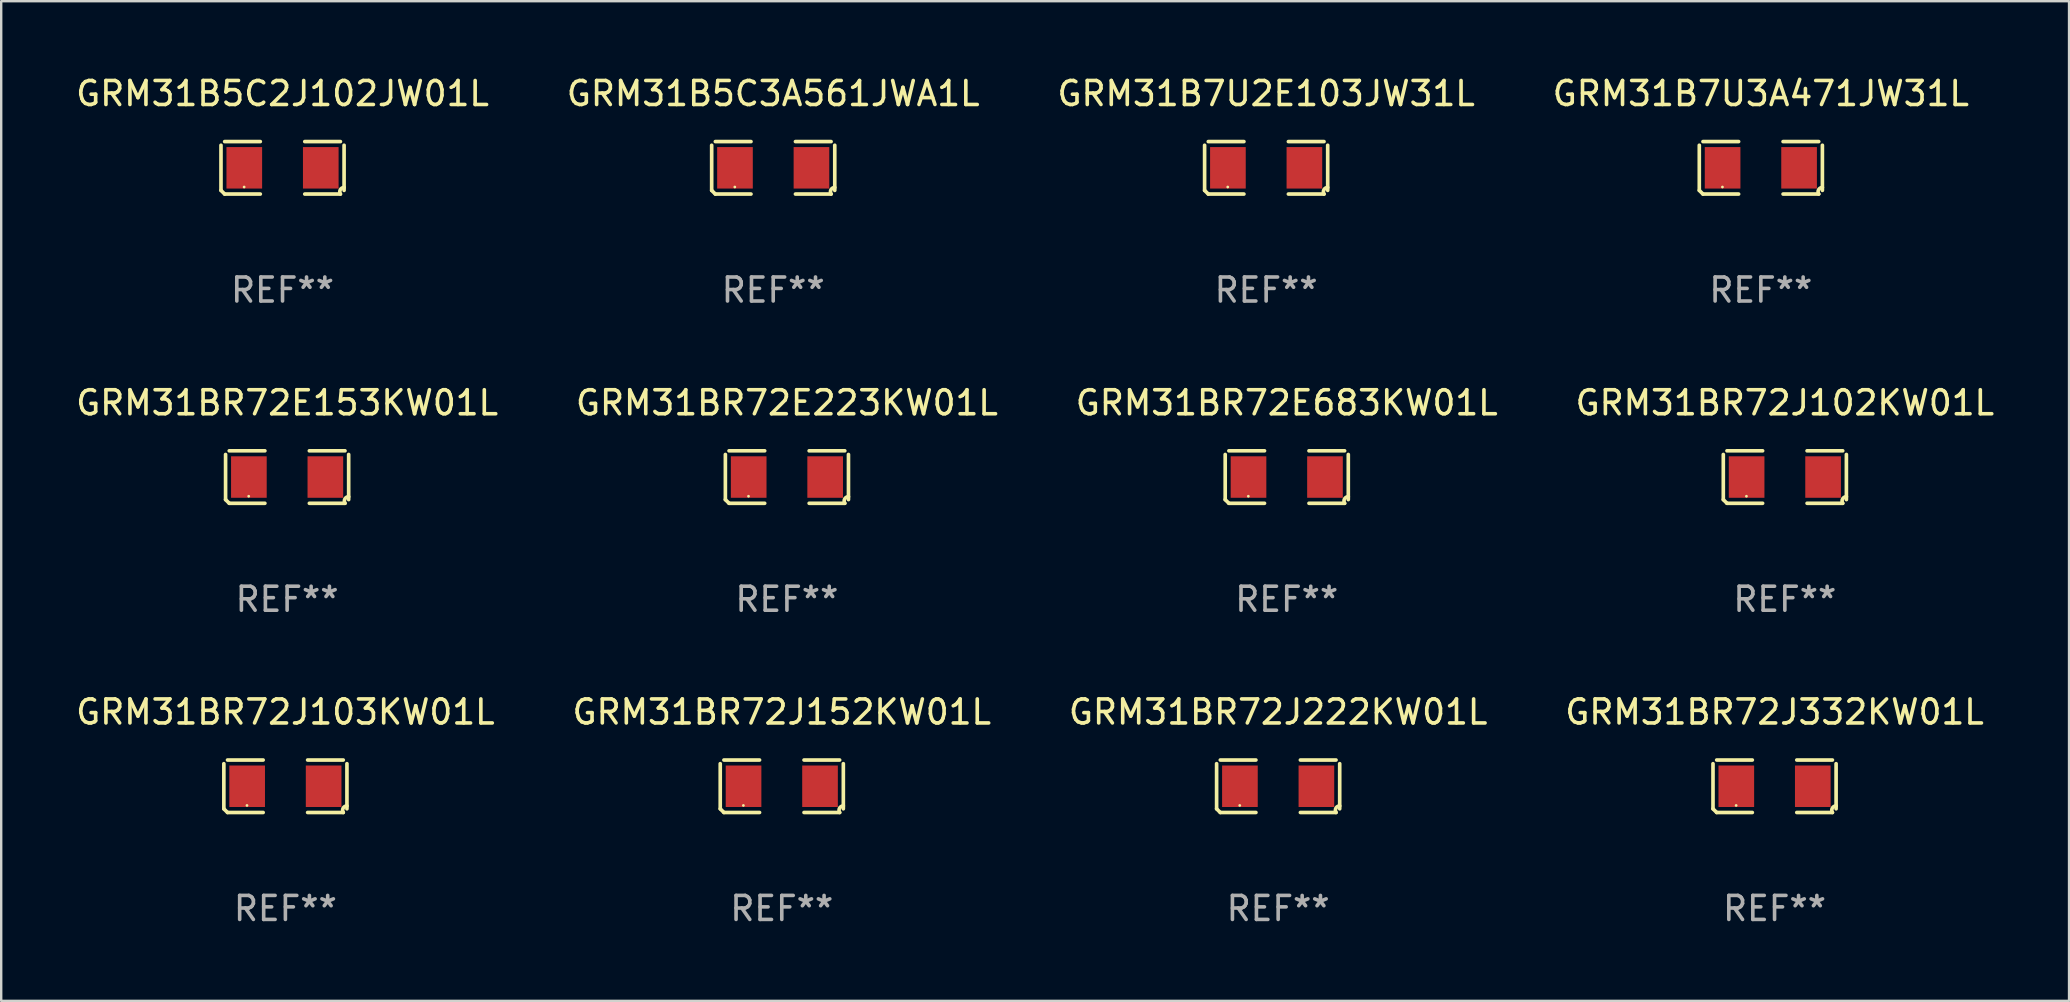
<source format=kicad_pcb>
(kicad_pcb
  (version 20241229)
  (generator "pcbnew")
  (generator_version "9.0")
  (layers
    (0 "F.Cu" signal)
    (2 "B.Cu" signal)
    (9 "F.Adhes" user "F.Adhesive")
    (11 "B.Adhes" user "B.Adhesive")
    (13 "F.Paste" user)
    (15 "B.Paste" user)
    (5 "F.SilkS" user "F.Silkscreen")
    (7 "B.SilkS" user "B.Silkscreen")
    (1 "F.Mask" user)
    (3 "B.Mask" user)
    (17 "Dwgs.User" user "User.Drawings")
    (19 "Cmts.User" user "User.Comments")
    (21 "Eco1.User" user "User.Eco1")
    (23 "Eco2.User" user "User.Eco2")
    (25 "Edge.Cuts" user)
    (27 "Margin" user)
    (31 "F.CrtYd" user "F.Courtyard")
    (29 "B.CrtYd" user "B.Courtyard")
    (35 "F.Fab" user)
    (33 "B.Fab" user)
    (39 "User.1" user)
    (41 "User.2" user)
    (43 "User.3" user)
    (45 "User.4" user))
  (footprint "GRM31BR72E683KW01L"
    (layer "F.Cu")
    (at 50.554 16.823)
    (property "Reference" "GRM31BR72E683KW01L" (at 0 -3.093 0) (layer "F.SilkS") (effects (font (size 1 1) (thickness 0.15))))
    (attr through_hole)
    (fp_line (start -2.564 0.94) (end -2.564 -0.94) (stroke (width 0.152) (type solid)) (layer "F.SilkS"))
    (fp_line (start -2.411 -1.093) (end -0.926 -1.093) (stroke (width 0.152) (type solid)) (layer "F.SilkS"))
    (fp_line (start -0.926 1.093) (end -2.411 1.093) (stroke (width 0.152) (type solid)) (layer "F.SilkS"))
    (fp_line (start 0.926 1.093) (end 2.411 1.093) (stroke (width 0.152) (type solid)) (layer "F.SilkS"))
    (fp_line (start 2.411 -1.093) (end 0.926 -1.093) (stroke (width 0.152) (type solid)) (layer "F.SilkS"))
    (fp_line (start 2.564 0.94) (end 2.564 -0.94) (stroke (width 0.152) (type solid)) (layer "F.SilkS"))
    (fp_arc (start -2.411201 1.092609) (mid -2.487413 1.01642) (end -2.563602 0.940208) (stroke (width 0.1524) (type solid)) (layer "F.SilkS"))
    (fp_arc (start 2.411201 1.092609) (mid 2.407159 0.911226) (end 2.563602 0.819347) (stroke (width 0.1524) (type solid)) (layer "F.SilkS"))
    (fp_circle (center -1.6 0.8) (end -1.57 0.8) (stroke (width 0.06) (type solid)) (fill no) (layer "F.SilkS"))
    (fp_text user "REF**" (at 0 5.093 0) (layer "F.Fab") (effects (font (size 1 1) (thickness 0.15))))
    (pad "1" smd rect (at -1.593 0) (size 1.485 1.728) (layers "F.Cu" "F.Mask" "F.Paste"))
    (pad "2" smd rect (at 1.593 0) (size 1.485 1.728) (layers "F.Cu" "F.Mask" "F.Paste")))
  (footprint "GRM31BR72J103KW01L"
    (layer "F.Cu")
    (at 8.839 29.704)
    (property "Reference" "GRM31BR72J103KW01L" (at 0 -3.093 0) (layer "F.SilkS") (effects (font (size 1 1) (thickness 0.15))))
    (attr through_hole)
    (fp_line (start -2.564 0.94) (end -2.564 -0.94) (stroke (width 0.152) (type solid)) (layer "F.SilkS"))
    (fp_line (start -2.411 -1.093) (end -0.926 -1.093) (stroke (width 0.152) (type solid)) (layer "F.SilkS"))
    (fp_line (start -0.926 1.093) (end -2.411 1.093) (stroke (width 0.152) (type solid)) (layer "F.SilkS"))
    (fp_line (start 0.926 1.093) (end 2.411 1.093) (stroke (width 0.152) (type solid)) (layer "F.SilkS"))
    (fp_line (start 2.411 -1.093) (end 0.926 -1.093) (stroke (width 0.152) (type solid)) (layer "F.SilkS"))
    (fp_line (start 2.564 0.94) (end 2.564 -0.94) (stroke (width 0.152) (type solid)) (layer "F.SilkS"))
    (fp_arc (start -2.411201 1.092609) (mid -2.487413 1.01642) (end -2.563602 0.940208) (stroke (width 0.1524) (type solid)) (layer "F.SilkS"))
    (fp_arc (start 2.411201 1.092609) (mid 2.407159 0.911226) (end 2.563602 0.819347) (stroke (width 0.1524) (type solid)) (layer "F.SilkS"))
    (fp_circle (center -1.6 0.8) (end -1.57 0.8) (stroke (width 0.06) (type solid)) (fill no) (layer "F.SilkS"))
    (fp_text user "REF**" (at 0 5.093 0) (layer "F.Fab") (effects (font (size 1 1) (thickness 0.15))))
    (pad "1" smd rect (at -1.593 0) (size 1.485 1.728) (layers "F.Cu" "F.Mask" "F.Paste"))
    (pad "2" smd rect (at 1.593 0) (size 1.485 1.728) (layers "F.Cu" "F.Mask" "F.Paste")))
  (footprint "GRM31BR72E153KW01L"
    (layer "F.Cu")
    (at 8.911 16.823)
    (property "Reference" "GRM31BR72E153KW01L" (at 0 -3.093 0) (layer "F.SilkS") (effects (font (size 1 1) (thickness 0.15))))
    (attr through_hole)
    (fp_line (start -2.564 0.94) (end -2.564 -0.94) (stroke (width 0.152) (type solid)) (layer "F.SilkS"))
    (fp_line (start -2.411 -1.093) (end -0.926 -1.093) (stroke (width 0.152) (type solid)) (layer "F.SilkS"))
    (fp_line (start -0.926 1.093) (end -2.411 1.093) (stroke (width 0.152) (type solid)) (layer "F.SilkS"))
    (fp_line (start 0.926 1.093) (end 2.411 1.093) (stroke (width 0.152) (type solid)) (layer "F.SilkS"))
    (fp_line (start 2.411 -1.093) (end 0.926 -1.093) (stroke (width 0.152) (type solid)) (layer "F.SilkS"))
    (fp_line (start 2.564 0.94) (end 2.564 -0.94) (stroke (width 0.152) (type solid)) (layer "F.SilkS"))
    (fp_arc (start -2.411201 1.092609) (mid -2.487413 1.01642) (end -2.563602 0.940208) (stroke (width 0.1524) (type solid)) (layer "F.SilkS"))
    (fp_arc (start 2.411201 1.092609) (mid 2.407159 0.911226) (end 2.563602 0.819347) (stroke (width 0.1524) (type solid)) (layer "F.SilkS"))
    (fp_circle (center -1.6 0.8) (end -1.57 0.8) (stroke (width 0.06) (type solid)) (fill no) (layer "F.SilkS"))
    (fp_text user "REF**" (at 0 5.093 0) (layer "F.Fab") (effects (font (size 1 1) (thickness 0.15))))
    (pad "1" smd rect (at -1.593 0) (size 1.485 1.728) (layers "F.Cu" "F.Mask" "F.Paste"))
    (pad "2" smd rect (at 1.593 0) (size 1.485 1.728) (layers "F.Cu" "F.Mask" "F.Paste")))
  (footprint "GRM31B5C2J102JW01L"
    (layer "F.Cu")
    (at 8.72 3.941)
    (property "Reference" "GRM31B5C2J102JW01L" (at 0 -3.093 0) (layer "F.SilkS") (effects (font (size 1 1) (thickness 0.15))))
    (attr through_hole)
    (fp_line (start -2.564 0.94) (end -2.564 -0.94) (stroke (width 0.152) (type solid)) (layer "F.SilkS"))
    (fp_line (start -2.411 -1.093) (end -0.926 -1.093) (stroke (width 0.152) (type solid)) (layer "F.SilkS"))
    (fp_line (start -0.926 1.093) (end -2.411 1.093) (stroke (width 0.152) (type solid)) (layer "F.SilkS"))
    (fp_line (start 0.926 1.093) (end 2.411 1.093) (stroke (width 0.152) (type solid)) (layer "F.SilkS"))
    (fp_line (start 2.411 -1.093) (end 0.926 -1.093) (stroke (width 0.152) (type solid)) (layer "F.SilkS"))
    (fp_line (start 2.564 0.94) (end 2.564 -0.94) (stroke (width 0.152) (type solid)) (layer "F.SilkS"))
    (fp_arc (start -2.411201 1.092609) (mid -2.487413 1.01642) (end -2.563602 0.940208) (stroke (width 0.1524) (type solid)) (layer "F.SilkS"))
    (fp_arc (start 2.411201 1.092609) (mid 2.407159 0.911226) (end 2.563602 0.819347) (stroke (width 0.1524) (type solid)) (layer "F.SilkS"))
    (fp_circle (center -1.6 0.8) (end -1.57 0.8) (stroke (width 0.06) (type solid)) (fill no) (layer "F.SilkS"))
    (fp_text user "REF**" (at 0 5.093 0) (layer "F.Fab") (effects (font (size 1 1) (thickness 0.15))))
    (pad "1" smd rect (at -1.593 0) (size 1.485 1.728) (layers "F.Cu" "F.Mask" "F.Paste"))
    (pad "2" smd rect (at 1.593 0) (size 1.485 1.728) (layers "F.Cu" "F.Mask" "F.Paste")))
  (footprint "GRM31BR72E223KW01L"
    (layer "F.Cu")
    (at 29.732 16.823)
    (property "Reference" "GRM31BR72E223KW01L" (at 0 -3.093 0) (layer "F.SilkS") (effects (font (size 1 1) (thickness 0.15))))
    (attr through_hole)
    (fp_line (start -2.564 0.94) (end -2.564 -0.94) (stroke (width 0.152) (type solid)) (layer "F.SilkS"))
    (fp_line (start -2.411 -1.093) (end -0.926 -1.093) (stroke (width 0.152) (type solid)) (layer "F.SilkS"))
    (fp_line (start -0.926 1.093) (end -2.411 1.093) (stroke (width 0.152) (type solid)) (layer "F.SilkS"))
    (fp_line (start 0.926 1.093) (end 2.411 1.093) (stroke (width 0.152) (type solid)) (layer "F.SilkS"))
    (fp_line (start 2.411 -1.093) (end 0.926 -1.093) (stroke (width 0.152) (type solid)) (layer "F.SilkS"))
    (fp_line (start 2.564 0.94) (end 2.564 -0.94) (stroke (width 0.152) (type solid)) (layer "F.SilkS"))
    (fp_arc (start -2.411201 1.092609) (mid -2.487413 1.01642) (end -2.563602 0.940208) (stroke (width 0.1524) (type solid)) (layer "F.SilkS"))
    (fp_arc (start 2.411201 1.092609) (mid 2.407159 0.911226) (end 2.563602 0.819347) (stroke (width 0.1524) (type solid)) (layer "F.SilkS"))
    (fp_circle (center -1.6 0.8) (end -1.57 0.8) (stroke (width 0.06) (type solid)) (fill no) (layer "F.SilkS"))
    (fp_text user "REF**" (at 0 5.093 0) (layer "F.Fab") (effects (font (size 1 1) (thickness 0.15))))
    (pad "1" smd rect (at -1.593 0) (size 1.485 1.728) (layers "F.Cu" "F.Mask" "F.Paste"))
    (pad "2" smd rect (at 1.593 0) (size 1.485 1.728) (layers "F.Cu" "F.Mask" "F.Paste")))
  (footprint "GRM31B5C3A561JWA1L"
    (layer "F.Cu")
    (at 29.161 3.941)
    (property "Reference" "GRM31B5C3A561JWA1L" (at 0 -3.093 0) (layer "F.SilkS") (effects (font (size 1 1) (thickness 0.15))))
    (attr through_hole)
    (fp_line (start -2.564 0.94) (end -2.564 -0.94) (stroke (width 0.152) (type solid)) (layer "F.SilkS"))
    (fp_line (start -2.411 -1.093) (end -0.926 -1.093) (stroke (width 0.152) (type solid)) (layer "F.SilkS"))
    (fp_line (start -0.926 1.093) (end -2.411 1.093) (stroke (width 0.152) (type solid)) (layer "F.SilkS"))
    (fp_line (start 0.926 1.093) (end 2.411 1.093) (stroke (width 0.152) (type solid)) (layer "F.SilkS"))
    (fp_line (start 2.411 -1.093) (end 0.926 -1.093) (stroke (width 0.152) (type solid)) (layer "F.SilkS"))
    (fp_line (start 2.564 0.94) (end 2.564 -0.94) (stroke (width 0.152) (type solid)) (layer "F.SilkS"))
    (fp_arc (start -2.411201 1.092609) (mid -2.487413 1.01642) (end -2.563602 0.940208) (stroke (width 0.1524) (type solid)) (layer "F.SilkS"))
    (fp_arc (start 2.411201 1.092609) (mid 2.407159 0.911226) (end 2.563602 0.819347) (stroke (width 0.1524) (type solid)) (layer "F.SilkS"))
    (fp_circle (center -1.6 0.8) (end -1.57 0.8) (stroke (width 0.06) (type solid)) (fill no) (layer "F.SilkS"))
    (fp_text user "REF**" (at 0 5.093 0) (layer "F.Fab") (effects (font (size 1 1) (thickness 0.15))))
    (pad "1" smd rect (at -1.593 0) (size 1.485 1.728) (layers "F.Cu" "F.Mask" "F.Paste"))
    (pad "2" smd rect (at 1.593 0) (size 1.485 1.728) (layers "F.Cu" "F.Mask" "F.Paste")))
  (footprint "GRM31BR72J102KW01L"
    (layer "F.Cu")
    (at 71.304 16.823)
    (property "Reference" "GRM31BR72J102KW01L" (at 0 -3.093 0) (layer "F.SilkS") (effects (font (size 1 1) (thickness 0.15))))
    (attr through_hole)
    (fp_line (start -2.564 0.94) (end -2.564 -0.94) (stroke (width 0.152) (type solid)) (layer "F.SilkS"))
    (fp_line (start -2.411 -1.093) (end -0.926 -1.093) (stroke (width 0.152) (type solid)) (layer "F.SilkS"))
    (fp_line (start -0.926 1.093) (end -2.411 1.093) (stroke (width 0.152) (type solid)) (layer "F.SilkS"))
    (fp_line (start 0.926 1.093) (end 2.411 1.093) (stroke (width 0.152) (type solid)) (layer "F.SilkS"))
    (fp_line (start 2.411 -1.093) (end 0.926 -1.093) (stroke (width 0.152) (type solid)) (layer "F.SilkS"))
    (fp_line (start 2.564 0.94) (end 2.564 -0.94) (stroke (width 0.152) (type solid)) (layer "F.SilkS"))
    (fp_arc (start -2.411201 1.092609) (mid -2.487413 1.01642) (end -2.563602 0.940208) (stroke (width 0.1524) (type solid)) (layer "F.SilkS"))
    (fp_arc (start 2.411201 1.092609) (mid 2.407159 0.911226) (end 2.563602 0.819347) (stroke (width 0.1524) (type solid)) (layer "F.SilkS"))
    (fp_circle (center -1.6 0.8) (end -1.57 0.8) (stroke (width 0.06) (type solid)) (fill no) (layer "F.SilkS"))
    (fp_text user "REF**" (at 0 5.093 0) (layer "F.Fab") (effects (font (size 1 1) (thickness 0.15))))
    (pad "1" smd rect (at -1.593 0) (size 1.485 1.728) (layers "F.Cu" "F.Mask" "F.Paste"))
    (pad "2" smd rect (at 1.593 0) (size 1.485 1.728) (layers "F.Cu" "F.Mask" "F.Paste")))
  (footprint "GRM31B7U3A471JW31L"
    (layer "F.Cu")
    (at 70.304 3.941)
    (property "Reference" "GRM31B7U3A471JW31L" (at 0 -3.093 0) (layer "F.SilkS") (effects (font (size 1 1) (thickness 0.15))))
    (attr through_hole)
    (fp_line (start -2.564 0.94) (end -2.564 -0.94) (stroke (width 0.152) (type solid)) (layer "F.SilkS"))
    (fp_line (start -2.411 -1.093) (end -0.926 -1.093) (stroke (width 0.152) (type solid)) (layer "F.SilkS"))
    (fp_line (start -0.926 1.093) (end -2.411 1.093) (stroke (width 0.152) (type solid)) (layer "F.SilkS"))
    (fp_line (start 0.926 1.093) (end 2.411 1.093) (stroke (width 0.152) (type solid)) (layer "F.SilkS"))
    (fp_line (start 2.411 -1.093) (end 0.926 -1.093) (stroke (width 0.152) (type solid)) (layer "F.SilkS"))
    (fp_line (start 2.564 0.94) (end 2.564 -0.94) (stroke (width 0.152) (type solid)) (layer "F.SilkS"))
    (fp_arc (start -2.411201 1.092609) (mid -2.487413 1.01642) (end -2.563602 0.940208) (stroke (width 0.1524) (type solid)) (layer "F.SilkS"))
    (fp_arc (start 2.411201 1.092609) (mid 2.407159 0.911226) (end 2.563602 0.819347) (stroke (width 0.1524) (type solid)) (layer "F.SilkS"))
    (fp_circle (center -1.6 0.8) (end -1.57 0.8) (stroke (width 0.06) (type solid)) (fill no) (layer "F.SilkS"))
    (fp_text user "REF**" (at 0 5.093 0) (layer "F.Fab") (effects (font (size 1 1) (thickness 0.15))))
    (pad "1" smd rect (at -1.593 0) (size 1.485 1.728) (layers "F.Cu" "F.Mask" "F.Paste"))
    (pad "2" smd rect (at 1.593 0) (size 1.485 1.728) (layers "F.Cu" "F.Mask" "F.Paste")))
  (footprint "GRM31BR72J332KW01L"
    (layer "F.Cu")
    (at 70.875 29.704)
    (property "Reference" "GRM31BR72J332KW01L" (at 0 -3.093 0) (layer "F.SilkS") (effects (font (size 1 1) (thickness 0.15))))
    (attr through_hole)
    (fp_line (start -2.564 0.94) (end -2.564 -0.94) (stroke (width 0.152) (type solid)) (layer "F.SilkS"))
    (fp_line (start -2.411 -1.093) (end -0.926 -1.093) (stroke (width 0.152) (type solid)) (layer "F.SilkS"))
    (fp_line (start -0.926 1.093) (end -2.411 1.093) (stroke (width 0.152) (type solid)) (layer "F.SilkS"))
    (fp_line (start 0.926 1.093) (end 2.411 1.093) (stroke (width 0.152) (type solid)) (layer "F.SilkS"))
    (fp_line (start 2.411 -1.093) (end 0.926 -1.093) (stroke (width 0.152) (type solid)) (layer "F.SilkS"))
    (fp_line (start 2.564 0.94) (end 2.564 -0.94) (stroke (width 0.152) (type solid)) (layer "F.SilkS"))
    (fp_arc (start -2.411201 1.092609) (mid -2.487413 1.01642) (end -2.563602 0.940208) (stroke (width 0.1524) (type solid)) (layer "F.SilkS"))
    (fp_arc (start 2.411201 1.092609) (mid 2.407159 0.911226) (end 2.563602 0.819347) (stroke (width 0.1524) (type solid)) (layer "F.SilkS"))
    (fp_circle (center -1.6 0.8) (end -1.57 0.8) (stroke (width 0.06) (type solid)) (fill no) (layer "F.SilkS"))
    (fp_text user "REF**" (at 0 5.093 0) (layer "F.Fab") (effects (font (size 1 1) (thickness 0.15))))
    (pad "1" smd rect (at -1.593 0) (size 1.485 1.728) (layers "F.Cu" "F.Mask" "F.Paste"))
    (pad "2" smd rect (at 1.593 0) (size 1.485 1.728) (layers "F.Cu" "F.Mask" "F.Paste")))
  (footprint "GRM31BR72J222KW01L"
    (layer "F.Cu")
    (at 50.196 29.704)
    (property "Reference" "GRM31BR72J222KW01L" (at 0 -3.093 0) (layer "F.SilkS") (effects (font (size 1 1) (thickness 0.15))))
    (attr through_hole)
    (fp_line (start -2.564 0.94) (end -2.564 -0.94) (stroke (width 0.152) (type solid)) (layer "F.SilkS"))
    (fp_line (start -2.411 -1.093) (end -0.926 -1.093) (stroke (width 0.152) (type solid)) (layer "F.SilkS"))
    (fp_line (start -0.926 1.093) (end -2.411 1.093) (stroke (width 0.152) (type solid)) (layer "F.SilkS"))
    (fp_line (start 0.926 1.093) (end 2.411 1.093) (stroke (width 0.152) (type solid)) (layer "F.SilkS"))
    (fp_line (start 2.411 -1.093) (end 0.926 -1.093) (stroke (width 0.152) (type solid)) (layer "F.SilkS"))
    (fp_line (start 2.564 0.94) (end 2.564 -0.94) (stroke (width 0.152) (type solid)) (layer "F.SilkS"))
    (fp_arc (start -2.411201 1.092609) (mid -2.487413 1.01642) (end -2.563602 0.940208) (stroke (width 0.1524) (type solid)) (layer "F.SilkS"))
    (fp_arc (start 2.411201 1.092609) (mid 2.407159 0.911226) (end 2.563602 0.819347) (stroke (width 0.1524) (type solid)) (layer "F.SilkS"))
    (fp_circle (center -1.6 0.8) (end -1.57 0.8) (stroke (width 0.06) (type solid)) (fill no) (layer "F.SilkS"))
    (fp_text user "REF**" (at 0 5.093 0) (layer "F.Fab") (effects (font (size 1 1) (thickness 0.15))))
    (pad "1" smd rect (at -1.593 0) (size 1.485 1.728) (layers "F.Cu" "F.Mask" "F.Paste"))
    (pad "2" smd rect (at 1.593 0) (size 1.485 1.728) (layers "F.Cu" "F.Mask" "F.Paste")))
  (footprint "GRM31B7U2E103JW31L"
    (layer "F.Cu")
    (at 49.696 3.941)
    (property "Reference" "GRM31B7U2E103JW31L" (at 0 -3.093 0) (layer "F.SilkS") (effects (font (size 1 1) (thickness 0.15))))
    (attr through_hole)
    (fp_line (start -2.564 0.94) (end -2.564 -0.94) (stroke (width 0.152) (type solid)) (layer "F.SilkS"))
    (fp_line (start -2.411 -1.093) (end -0.926 -1.093) (stroke (width 0.152) (type solid)) (layer "F.SilkS"))
    (fp_line (start -0.926 1.093) (end -2.411 1.093) (stroke (width 0.152) (type solid)) (layer "F.SilkS"))
    (fp_line (start 0.926 1.093) (end 2.411 1.093) (stroke (width 0.152) (type solid)) (layer "F.SilkS"))
    (fp_line (start 2.411 -1.093) (end 0.926 -1.093) (stroke (width 0.152) (type solid)) (layer "F.SilkS"))
    (fp_line (start 2.564 0.94) (end 2.564 -0.94) (stroke (width 0.152) (type solid)) (layer "F.SilkS"))
    (fp_arc (start -2.411201 1.092609) (mid -2.487413 1.01642) (end -2.563602 0.940208) (stroke (width 0.1524) (type solid)) (layer "F.SilkS"))
    (fp_arc (start 2.411201 1.092609) (mid 2.407159 0.911226) (end 2.563602 0.819347) (stroke (width 0.1524) (type solid)) (layer "F.SilkS"))
    (fp_circle (center -1.6 0.8) (end -1.57 0.8) (stroke (width 0.06) (type solid)) (fill no) (layer "F.SilkS"))
    (fp_text user "REF**" (at 0 5.093 0) (layer "F.Fab") (effects (font (size 1 1) (thickness 0.15))))
    (pad "1" smd rect (at -1.593 0) (size 1.485 1.728) (layers "F.Cu" "F.Mask" "F.Paste"))
    (pad "2" smd rect (at 1.593 0) (size 1.485 1.728) (layers "F.Cu" "F.Mask" "F.Paste")))
  (footprint "GRM31BR72J152KW01L"
    (layer "F.Cu")
    (at 29.518 29.704)
    (property "Reference" "GRM31BR72J152KW01L" (at 0 -3.093 0) (layer "F.SilkS") (effects (font (size 1 1) (thickness 0.15))))
    (attr through_hole)
    (fp_line (start -2.564 0.94) (end -2.564 -0.94) (stroke (width 0.152) (type solid)) (layer "F.SilkS"))
    (fp_line (start -2.411 -1.093) (end -0.926 -1.093) (stroke (width 0.152) (type solid)) (layer "F.SilkS"))
    (fp_line (start -0.926 1.093) (end -2.411 1.093) (stroke (width 0.152) (type solid)) (layer "F.SilkS"))
    (fp_line (start 0.926 1.093) (end 2.411 1.093) (stroke (width 0.152) (type solid)) (layer "F.SilkS"))
    (fp_line (start 2.411 -1.093) (end 0.926 -1.093) (stroke (width 0.152) (type solid)) (layer "F.SilkS"))
    (fp_line (start 2.564 0.94) (end 2.564 -0.94) (stroke (width 0.152) (type solid)) (layer "F.SilkS"))
    (fp_arc (start -2.411201 1.092609) (mid -2.487413 1.01642) (end -2.563602 0.940208) (stroke (width 0.1524) (type solid)) (layer "F.SilkS"))
    (fp_arc (start 2.411201 1.092609) (mid 2.407159 0.911226) (end 2.563602 0.819347) (stroke (width 0.1524) (type solid)) (layer "F.SilkS"))
    (fp_circle (center -1.6 0.8) (end -1.57 0.8) (stroke (width 0.06) (type solid)) (fill no) (layer "F.SilkS"))
    (fp_text user "REF**" (at 0 5.093 0) (layer "F.Fab") (effects (font (size 1 1) (thickness 0.15))))
    (pad "1" smd rect (at -1.593 0) (size 1.485 1.728) (layers "F.Cu" "F.Mask" "F.Paste"))
    (pad "2" smd rect (at 1.593 0) (size 1.485 1.728) (layers "F.Cu" "F.Mask" "F.Paste")))
  (gr_rect
    (start -3 -3)
    (end 83.143 38.645)
    (stroke (width 0.1) (type default))
    (fill no)
    (layer "Edge.Cuts")))
</source>
